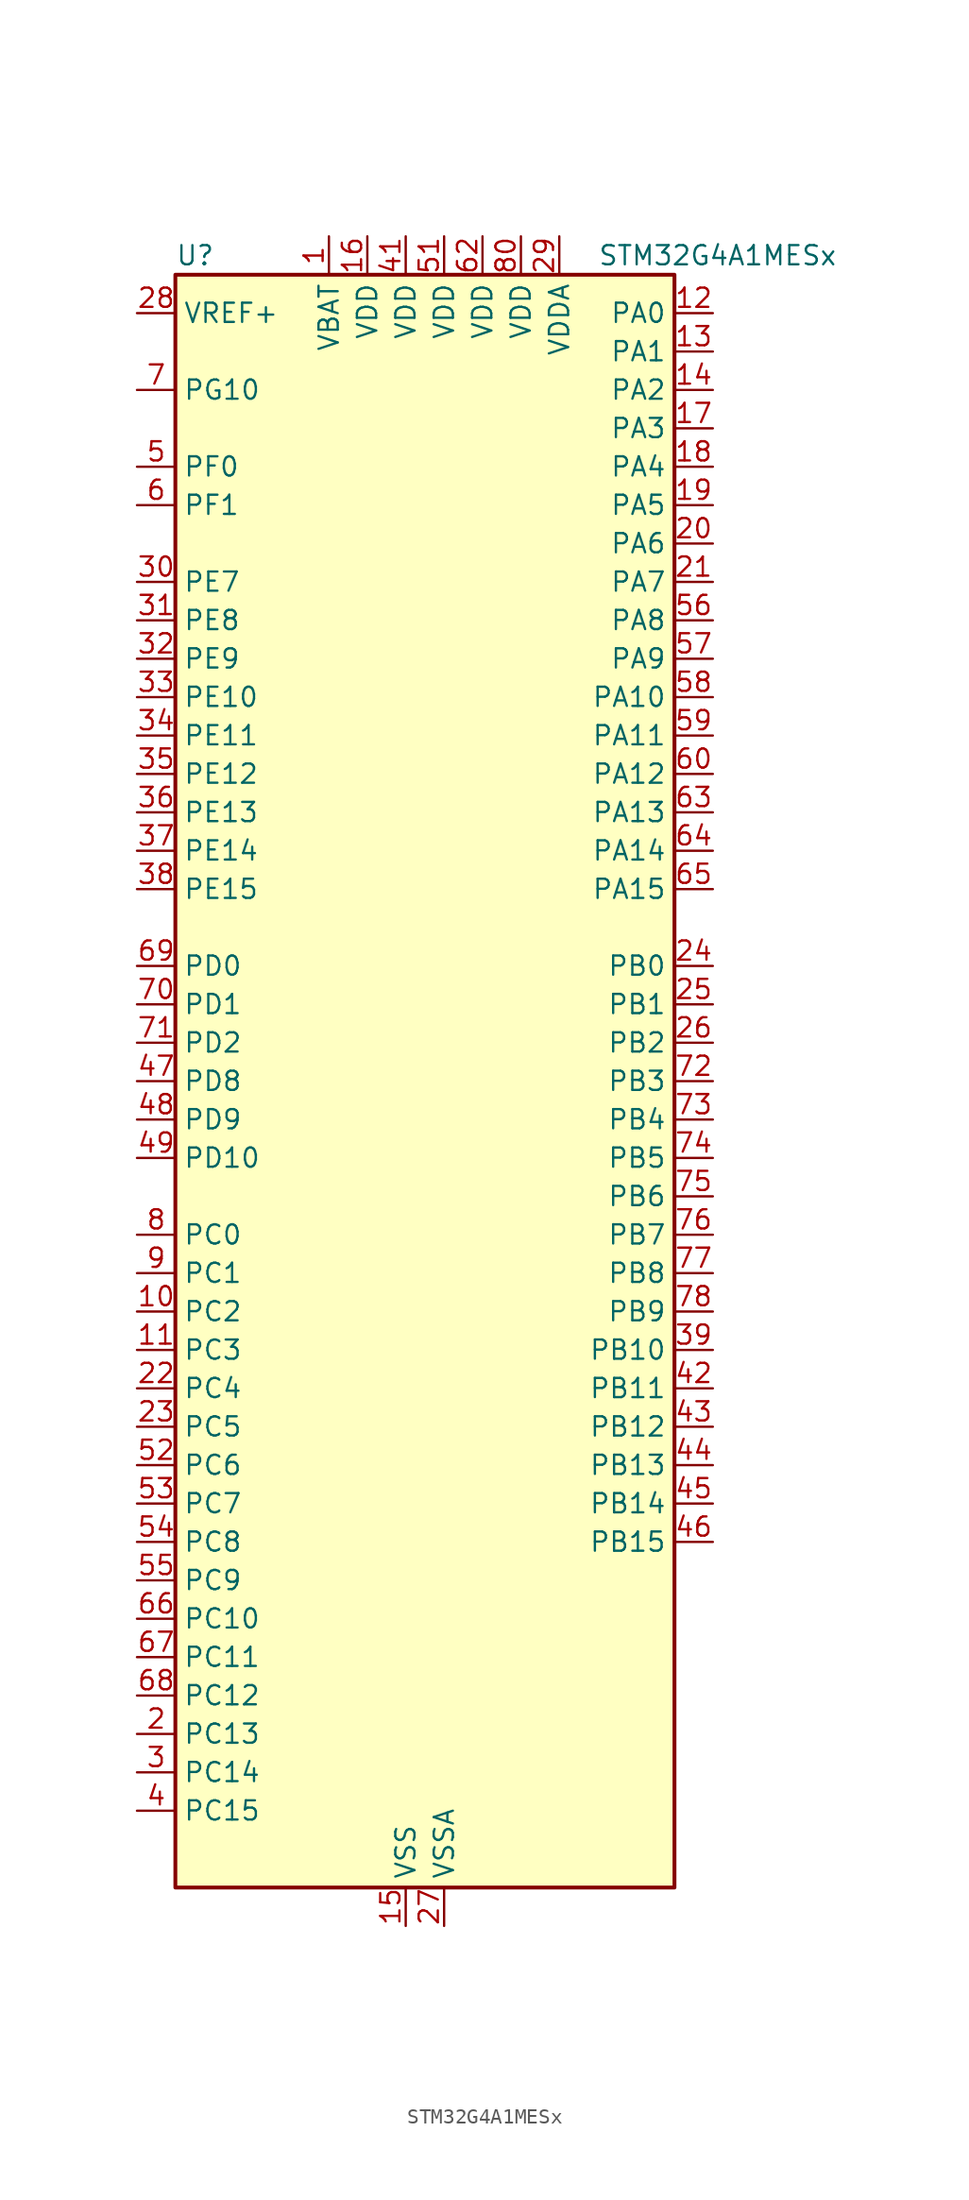
<source format=kicad_sym>
(kicad_symbol_lib
  (version 20231120)
  (generator "kicad_symbol_editor")
  (generator_version "8.0")
  (symbol "STM32G4A1MESx"
    (property "Reference" "U"
      (at -15.24 54.61 0)
      (effects (font (size 1.27 1.27)) (justify left)))
    (property "Value" "STM32G4A1MESx"
      (at 12.7 54.61 0)
      (effects (font (size 1.27 1.27)) (justify left)))
    (property "ki_locked" ""
      (at 0 0 0)
      (effects (font (size 1.27 1.27))))
    (symbol "STM32G4A1MESx_0_1"
      (rectangle (start -15.24 -53.34) (end 17.78 53.34) (stroke (width 0.254) (type default)) (fill (type background))))
    (symbol "STM32G4A1MESx_1_1"
      (pin power_in line (at -5.08 55.88 270) (length 2.54) (name "VBAT" (effects (font (size 1.27 1.27)))) (number "1" (effects (font (size 1.27 1.27)))))
      (pin bidirectional line (at -17.78 -15.24 0) (length 2.54) (name "PC2" (effects (font (size 1.27 1.27)))) (number "10" (effects (font (size 1.27 1.27)))) (alternate "ADC1_IN8" bidirectional line) (alternate "ADC2_IN8" bidirectional line) (alternate "ADC3_EXTI2" bidirectional line) (alternate "COMP3_OUT" bidirectional line) (alternate "LPTIM1_IN2" bidirectional line) (alternate "QUADSPI1_BK2_IO1" bidirectional line) (alternate "TIM1_CH3" bidirectional line) (alternate "TIM20_CH2" bidirectional line))
      (pin bidirectional line (at -17.78 -17.78 0) (length 2.54) (name "PC3" (effects (font (size 1.27 1.27)))) (number "11" (effects (font (size 1.27 1.27)))) (alternate "ADC1_IN9" bidirectional line) (alternate "ADC2_IN9" bidirectional line) (alternate "ADC3_EXTI3" bidirectional line) (alternate "LPTIM1_ETR" bidirectional line) (alternate "QUADSPI1_BK2_IO2" bidirectional line) (alternate "SAI1_D1" bidirectional line) (alternate "SAI1_SD_A" bidirectional line) (alternate "TIM1_BKIN2" bidirectional line) (alternate "TIM1_CH4" bidirectional line))
      (pin bidirectional line (at 20.32 50.8 180) (length 2.54) (name "PA0" (effects (font (size 1.27 1.27)))) (number "12" (effects (font (size 1.27 1.27)))) (alternate "ADC1_IN1" bidirectional line) (alternate "ADC2_IN1" bidirectional line) (alternate "COMP1_INM" bidirectional line) (alternate "COMP1_OUT" bidirectional line) (alternate "COMP3_INP" bidirectional line) (alternate "RTC_TAMP2" bidirectional line) (alternate "SYS_WKUP1" bidirectional line) (alternate "TIM2_CH1" bidirectional line) (alternate "TIM2_ETR" bidirectional line) (alternate "TIM8_BKIN" bidirectional line) (alternate "TIM8_ETR" bidirectional line) (alternate "USART2_CTS" bidirectional line) (alternate "USART2_NSS" bidirectional line))
      (pin bidirectional line (at 20.32 48.26 180) (length 2.54) (name "PA1" (effects (font (size 1.27 1.27)))) (number "13" (effects (font (size 1.27 1.27)))) (alternate "ADC1_IN2" bidirectional line) (alternate "ADC2_IN2" bidirectional line) (alternate "COMP1_INP" bidirectional line) (alternate "OPAMP1_VINP" bidirectional line) (alternate "OPAMP1_VINP_SEC" bidirectional line) (alternate "OPAMP3_VINP" bidirectional line) (alternate "OPAMP3_VINP_SEC" bidirectional line) (alternate "OPAMP6_VINM" bidirectional line) (alternate "OPAMP6_VINM0" bidirectional line) (alternate "OPAMP6_VINM_SEC" bidirectional line) (alternate "RTC_REFIN" bidirectional line) (alternate "TIM15_CH1N" bidirectional line) (alternate "TIM2_CH2" bidirectional line) (alternate "USART2_DE" bidirectional line) (alternate "USART2_RTS" bidirectional line))
      (pin bidirectional line (at 20.32 45.72 180) (length 2.54) (name "PA2" (effects (font (size 1.27 1.27)))) (number "14" (effects (font (size 1.27 1.27)))) (alternate "ADC1_IN3" bidirectional line) (alternate "ADC3_EXTI2" bidirectional line) (alternate "COMP2_INM" bidirectional line) (alternate "COMP2_OUT" bidirectional line) (alternate "LPUART1_TX" bidirectional line) (alternate "OPAMP1_VOUT" bidirectional line) (alternate "QUADSPI1_BK1_NCS" bidirectional line) (alternate "RCC_LSCO" bidirectional line) (alternate "SYS_WKUP4" bidirectional line) (alternate "TIM15_CH1" bidirectional line) (alternate "TIM2_CH3" bidirectional line) (alternate "UCPD1_FRSTX1" bidirectional line) (alternate "UCPD1_FRSTX2" bidirectional line) (alternate "USART2_TX" bidirectional line))
      (pin power_in line (at 0 -55.88 90) (length 2.54) (name "VSS" (effects (font (size 1.27 1.27)))) (number "15" (effects (font (size 1.27 1.27)))))
      (pin power_in line (at -2.54 55.88 270) (length 2.54) (name "VDD" (effects (font (size 1.27 1.27)))) (number "16" (effects (font (size 1.27 1.27)))))
      (pin bidirectional line (at 20.32 43.18 180) (length 2.54) (name "PA3" (effects (font (size 1.27 1.27)))) (number "17" (effects (font (size 1.27 1.27)))) (alternate "ADC1_IN4" bidirectional line) (alternate "ADC3_EXTI3" bidirectional line) (alternate "COMP2_INP" bidirectional line) (alternate "LPUART1_RX" bidirectional line) (alternate "OPAMP1_VINM" bidirectional line) (alternate "OPAMP1_VINM0" bidirectional line) (alternate "OPAMP1_VINM_SEC" bidirectional line) (alternate "OPAMP1_VINP" bidirectional line) (alternate "OPAMP1_VINP_SEC" bidirectional line) (alternate "QUADSPI1_CLK" bidirectional line) (alternate "SAI1_CK1" bidirectional line) (alternate "SAI1_MCLK_A" bidirectional line) (alternate "TIM15_CH2" bidirectional line) (alternate "TIM2_CH4" bidirectional line) (alternate "USART2_RX" bidirectional line))
      (pin bidirectional line (at 20.32 40.64 180) (length 2.54) (name "PA4" (effects (font (size 1.27 1.27)))) (number "18" (effects (font (size 1.27 1.27)))) (alternate "ADC2_IN17" bidirectional line) (alternate "COMP1_INM" bidirectional line) (alternate "DAC1_OUT1" bidirectional line) (alternate "I2S3_WS" bidirectional line) (alternate "SAI1_FS_B" bidirectional line) (alternate "SPI1_NSS" bidirectional line) (alternate "SPI3_NSS" bidirectional line) (alternate "TIM3_CH2" bidirectional line) (alternate "USART2_CK" bidirectional line))
      (pin bidirectional line (at 20.32 38.1 180) (length 2.54) (name "PA5" (effects (font (size 1.27 1.27)))) (number "19" (effects (font (size 1.27 1.27)))) (alternate "ADC2_IN13" bidirectional line) (alternate "COMP2_INM" bidirectional line) (alternate "DAC1_OUT2" bidirectional line) (alternate "OPAMP2_VINM" bidirectional line) (alternate "OPAMP2_VINM0" bidirectional line) (alternate "OPAMP2_VINM_SEC" bidirectional line) (alternate "SPI1_SCK" bidirectional line) (alternate "TIM2_CH1" bidirectional line) (alternate "TIM2_ETR" bidirectional line) (alternate "UCPD1_FRSTX1" bidirectional line) (alternate "UCPD1_FRSTX2" bidirectional line))
      (pin bidirectional line (at -17.78 -43.18 0) (length 2.54) (name "PC13" (effects (font (size 1.27 1.27)))) (number "2" (effects (font (size 1.27 1.27)))) (alternate "RTC_OUT1" bidirectional line) (alternate "RTC_TAMP1" bidirectional line) (alternate "RTC_TS" bidirectional line) (alternate "SYS_WKUP2" bidirectional line) (alternate "TIM1_BKIN" bidirectional line) (alternate "TIM1_CH1N" bidirectional line) (alternate "TIM8_CH4N" bidirectional line))
      (pin bidirectional line (at 20.32 35.56 180) (length 2.54) (name "PA6" (effects (font (size 1.27 1.27)))) (number "20" (effects (font (size 1.27 1.27)))) (alternate "ADC2_IN3" bidirectional line) (alternate "COMP1_OUT" bidirectional line) (alternate "LPUART1_CTS" bidirectional line) (alternate "OPAMP2_VOUT" bidirectional line) (alternate "QUADSPI1_BK1_IO3" bidirectional line) (alternate "SPI1_MISO" bidirectional line) (alternate "TIM16_CH1" bidirectional line) (alternate "TIM1_BKIN" bidirectional line) (alternate "TIM3_CH1" bidirectional line) (alternate "TIM8_BKIN" bidirectional line))
      (pin bidirectional line (at 20.32 33.02 180) (length 2.54) (name "PA7" (effects (font (size 1.27 1.27)))) (number "21" (effects (font (size 1.27 1.27)))) (alternate "ADC2_IN4" bidirectional line) (alternate "COMP2_INP" bidirectional line) (alternate "COMP2_OUT" bidirectional line) (alternate "OPAMP1_VINP" bidirectional line) (alternate "OPAMP1_VINP_SEC" bidirectional line) (alternate "OPAMP2_VINP" bidirectional line) (alternate "OPAMP2_VINP_SEC" bidirectional line) (alternate "QUADSPI1_BK1_IO2" bidirectional line) (alternate "SPI1_MOSI" bidirectional line) (alternate "TIM17_CH1" bidirectional line) (alternate "TIM1_CH1N" bidirectional line) (alternate "TIM3_CH2" bidirectional line) (alternate "TIM8_CH1N" bidirectional line) (alternate "UCPD1_FRSTX1" bidirectional line) (alternate "UCPD1_FRSTX2" bidirectional line))
      (pin bidirectional line (at -17.78 -20.32 0) (length 2.54) (name "PC4" (effects (font (size 1.27 1.27)))) (number "22" (effects (font (size 1.27 1.27)))) (alternate "ADC2_IN5" bidirectional line) (alternate "I2C2_SCL" bidirectional line) (alternate "QUADSPI1_BK2_IO3" bidirectional line) (alternate "TIM1_ETR" bidirectional line) (alternate "USART1_TX" bidirectional line))
      (pin bidirectional line (at -17.78 -22.86 0) (length 2.54) (name "PC5" (effects (font (size 1.27 1.27)))) (number "23" (effects (font (size 1.27 1.27)))) (alternate "ADC2_IN11" bidirectional line) (alternate "OPAMP1_VINM" bidirectional line) (alternate "OPAMP1_VINM1" bidirectional line) (alternate "OPAMP1_VINM_SEC" bidirectional line) (alternate "OPAMP2_VINM" bidirectional line) (alternate "OPAMP2_VINM1" bidirectional line) (alternate "OPAMP2_VINM_SEC" bidirectional line) (alternate "SAI1_D3" bidirectional line) (alternate "SYS_WKUP5" bidirectional line) (alternate "TIM15_BKIN" bidirectional line) (alternate "TIM1_CH4N" bidirectional line) (alternate "USART1_RX" bidirectional line))
      (pin bidirectional line (at 20.32 7.62 180) (length 2.54) (name "PB0" (effects (font (size 1.27 1.27)))) (number "24" (effects (font (size 1.27 1.27)))) (alternate "ADC1_IN15" bidirectional line) (alternate "ADC3_IN12" bidirectional line) (alternate "COMP4_INP" bidirectional line) (alternate "OPAMP2_VINP" bidirectional line) (alternate "OPAMP2_VINP_SEC" bidirectional line) (alternate "OPAMP3_VINP" bidirectional line) (alternate "OPAMP3_VINP_SEC" bidirectional line) (alternate "QUADSPI1_BK1_IO1" bidirectional line) (alternate "TIM1_CH2N" bidirectional line) (alternate "TIM3_CH3" bidirectional line) (alternate "TIM8_CH2N" bidirectional line) (alternate "UCPD1_FRSTX1" bidirectional line) (alternate "UCPD1_FRSTX2" bidirectional line))
      (pin bidirectional line (at 20.32 5.08 180) (length 2.54) (name "PB1" (effects (font (size 1.27 1.27)))) (number "25" (effects (font (size 1.27 1.27)))) (alternate "ADC1_IN12" bidirectional line) (alternate "ADC3_IN1" bidirectional line) (alternate "COMP1_INP" bidirectional line) (alternate "COMP4_OUT" bidirectional line) (alternate "LPUART1_DE" bidirectional line) (alternate "LPUART1_RTS" bidirectional line) (alternate "OPAMP3_VOUT" bidirectional line) (alternate "OPAMP6_VINM" bidirectional line) (alternate "OPAMP6_VINM1" bidirectional line) (alternate "OPAMP6_VINM_SEC" bidirectional line) (alternate "QUADSPI1_BK1_IO0" bidirectional line) (alternate "TIM1_CH3N" bidirectional line) (alternate "TIM3_CH4" bidirectional line) (alternate "TIM8_CH3N" bidirectional line))
      (pin bidirectional line (at 20.32 2.54 180) (length 2.54) (name "PB2" (effects (font (size 1.27 1.27)))) (number "26" (effects (font (size 1.27 1.27)))) (alternate "ADC2_IN12" bidirectional line) (alternate "ADC3_EXTI2" bidirectional line) (alternate "COMP4_INM" bidirectional line) (alternate "I2C3_SMBA" bidirectional line) (alternate "LPTIM1_OUT" bidirectional line) (alternate "OPAMP3_VINM" bidirectional line) (alternate "OPAMP3_VINM0" bidirectional line) (alternate "OPAMP3_VINM_SEC" bidirectional line) (alternate "QUADSPI1_BK2_IO1" bidirectional line) (alternate "RTC_OUT2" bidirectional line) (alternate "TIM20_CH1" bidirectional line))
      (pin power_in line (at 2.54 -55.88 90) (length 2.54) (name "VSSA" (effects (font (size 1.27 1.27)))) (number "27" (effects (font (size 1.27 1.27)))))
      (pin input line (at -17.78 50.8 0) (length 2.54) (name "VREF+" (effects (font (size 1.27 1.27)))) (number "28" (effects (font (size 1.27 1.27)))) (alternate "VREFBUF_OUT" bidirectional line))
      (pin power_in line (at 10.16 55.88 270) (length 2.54) (name "VDDA" (effects (font (size 1.27 1.27)))) (number "29" (effects (font (size 1.27 1.27)))))
      (pin bidirectional line (at -17.78 -45.72 0) (length 2.54) (name "PC14" (effects (font (size 1.27 1.27)))) (number "3" (effects (font (size 1.27 1.27)))) (alternate "RCC_OSC32_IN" bidirectional line))
      (pin bidirectional line (at -17.78 33.02 0) (length 2.54) (name "PE7" (effects (font (size 1.27 1.27)))) (number "30" (effects (font (size 1.27 1.27)))) (alternate "ADC3_IN4" bidirectional line) (alternate "COMP4_INP" bidirectional line) (alternate "SAI1_SD_B" bidirectional line) (alternate "TIM1_ETR" bidirectional line))
      (pin bidirectional line (at -17.78 30.48 0) (length 2.54) (name "PE8" (effects (font (size 1.27 1.27)))) (number "31" (effects (font (size 1.27 1.27)))) (alternate "ADC3_IN6" bidirectional line) (alternate "COMP4_INM" bidirectional line) (alternate "SAI1_SCK_B" bidirectional line) (alternate "TIM1_CH1N" bidirectional line))
      (pin bidirectional line (at -17.78 27.94 0) (length 2.54) (name "PE9" (effects (font (size 1.27 1.27)))) (number "32" (effects (font (size 1.27 1.27)))) (alternate "ADC3_IN2" bidirectional line) (alternate "DAC1_EXTI9" bidirectional line) (alternate "DAC3_EXTI9" bidirectional line) (alternate "SAI1_FS_B" bidirectional line) (alternate "TIM1_CH1" bidirectional line))
      (pin bidirectional line (at -17.78 25.4 0) (length 2.54) (name "PE10" (effects (font (size 1.27 1.27)))) (number "33" (effects (font (size 1.27 1.27)))) (alternate "ADC3_IN14" bidirectional line) (alternate "DAC1_EXTI10" bidirectional line) (alternate "DAC3_EXTI10" bidirectional line) (alternate "QUADSPI1_CLK" bidirectional line) (alternate "SAI1_MCLK_B" bidirectional line) (alternate "TIM1_CH2N" bidirectional line))
      (pin bidirectional line (at -17.78 22.86 0) (length 2.54) (name "PE11" (effects (font (size 1.27 1.27)))) (number "34" (effects (font (size 1.27 1.27)))) (alternate "ADC1_EXTI11" bidirectional line) (alternate "ADC2_EXTI11" bidirectional line) (alternate "ADC3_IN15" bidirectional line) (alternate "QUADSPI1_BK1_NCS" bidirectional line) (alternate "TIM1_CH2" bidirectional line))
      (pin bidirectional line (at -17.78 20.32 0) (length 2.54) (name "PE12" (effects (font (size 1.27 1.27)))) (number "35" (effects (font (size 1.27 1.27)))) (alternate "ADC3_IN16" bidirectional line) (alternate "QUADSPI1_BK1_IO0" bidirectional line) (alternate "TIM1_CH3N" bidirectional line))
      (pin bidirectional line (at -17.78 17.78 0) (length 2.54) (name "PE13" (effects (font (size 1.27 1.27)))) (number "36" (effects (font (size 1.27 1.27)))) (alternate "ADC3_IN3" bidirectional line) (alternate "QUADSPI1_BK1_IO1" bidirectional line) (alternate "TIM1_CH3" bidirectional line))
      (pin bidirectional line (at -17.78 15.24 0) (length 2.54) (name "PE14" (effects (font (size 1.27 1.27)))) (number "37" (effects (font (size 1.27 1.27)))) (alternate "QUADSPI1_BK1_IO2" bidirectional line) (alternate "TIM1_BKIN2" bidirectional line) (alternate "TIM1_CH4" bidirectional line))
      (pin bidirectional line (at -17.78 12.7 0) (length 2.54) (name "PE15" (effects (font (size 1.27 1.27)))) (number "38" (effects (font (size 1.27 1.27)))) (alternate "ADC1_EXTI15" bidirectional line) (alternate "ADC2_EXTI15" bidirectional line) (alternate "QUADSPI1_BK1_IO3" bidirectional line) (alternate "TIM1_BKIN" bidirectional line) (alternate "TIM1_CH4N" bidirectional line) (alternate "USART3_RX" bidirectional line))
      (pin bidirectional line (at 20.32 -17.78 180) (length 2.54) (name "PB10" (effects (font (size 1.27 1.27)))) (number "39" (effects (font (size 1.27 1.27)))) (alternate "DAC1_EXTI10" bidirectional line) (alternate "DAC3_EXTI10" bidirectional line) (alternate "LPUART1_RX" bidirectional line) (alternate "OPAMP3_VINM" bidirectional line) (alternate "OPAMP3_VINM1" bidirectional line) (alternate "OPAMP3_VINM_SEC" bidirectional line) (alternate "QUADSPI1_CLK" bidirectional line) (alternate "SAI1_SCK_A" bidirectional line) (alternate "TIM1_BKIN" bidirectional line) (alternate "TIM2_CH3" bidirectional line) (alternate "USART3_TX" bidirectional line))
      (pin bidirectional line (at -17.78 -48.26 0) (length 2.54) (name "PC15" (effects (font (size 1.27 1.27)))) (number "4" (effects (font (size 1.27 1.27)))) (alternate "ADC1_EXTI15" bidirectional line) (alternate "ADC2_EXTI15" bidirectional line) (alternate "RCC_OSC32_OUT" bidirectional line))
      (pin passive line (at 0 -55.88 90) (length 2.54) hide (name "VSS" (effects (font (size 1.27 1.27)))) (number "40" (effects (font (size 1.27 1.27)))))
      (pin power_in line (at 0 55.88 270) (length 2.54) (name "VDD" (effects (font (size 1.27 1.27)))) (number "41" (effects (font (size 1.27 1.27)))))
      (pin bidirectional line (at 20.32 -20.32 180) (length 2.54) (name "PB11" (effects (font (size 1.27 1.27)))) (number "42" (effects (font (size 1.27 1.27)))) (alternate "ADC1_EXTI11" bidirectional line) (alternate "ADC1_IN14" bidirectional line) (alternate "ADC2_EXTI11" bidirectional line) (alternate "ADC2_IN14" bidirectional line) (alternate "LPUART1_TX" bidirectional line) (alternate "OPAMP6_VOUT" bidirectional line) (alternate "QUADSPI1_BK1_NCS" bidirectional line) (alternate "TIM2_CH4" bidirectional line) (alternate "USART3_RX" bidirectional line))
      (pin bidirectional line (at 20.32 -22.86 180) (length 2.54) (name "PB12" (effects (font (size 1.27 1.27)))) (number "43" (effects (font (size 1.27 1.27)))) (alternate "ADC1_IN11" bidirectional line) (alternate "FDCAN2_RX" bidirectional line) (alternate "I2C2_SMBA" bidirectional line) (alternate "I2S2_WS" bidirectional line) (alternate "LPUART1_DE" bidirectional line) (alternate "LPUART1_RTS" bidirectional line) (alternate "OPAMP6_VINP" bidirectional line) (alternate "OPAMP6_VINP_SEC" bidirectional line) (alternate "SPI2_NSS" bidirectional line) (alternate "TIM1_BKIN" bidirectional line) (alternate "USART3_CK" bidirectional line))
      (pin bidirectional line (at 20.32 -25.4 180) (length 2.54) (name "PB13" (effects (font (size 1.27 1.27)))) (number "44" (effects (font (size 1.27 1.27)))) (alternate "ADC3_IN5" bidirectional line) (alternate "FDCAN2_TX" bidirectional line) (alternate "I2S2_CK" bidirectional line) (alternate "LPUART1_CTS" bidirectional line) (alternate "OPAMP3_VINP" bidirectional line) (alternate "OPAMP3_VINP_SEC" bidirectional line) (alternate "OPAMP6_VINP" bidirectional line) (alternate "OPAMP6_VINP_SEC" bidirectional line) (alternate "SPI2_SCK" bidirectional line) (alternate "TIM1_CH1N" bidirectional line) (alternate "USART3_CTS" bidirectional line) (alternate "USART3_NSS" bidirectional line))
      (pin bidirectional line (at 20.32 -27.94 180) (length 2.54) (name "PB14" (effects (font (size 1.27 1.27)))) (number "45" (effects (font (size 1.27 1.27)))) (alternate "ADC1_IN5" bidirectional line) (alternate "COMP4_OUT" bidirectional line) (alternate "OPAMP2_VINP" bidirectional line) (alternate "OPAMP2_VINP_SEC" bidirectional line) (alternate "SPI2_MISO" bidirectional line) (alternate "TIM15_CH1" bidirectional line) (alternate "TIM1_CH2N" bidirectional line) (alternate "USART3_DE" bidirectional line) (alternate "USART3_RTS" bidirectional line))
      (pin bidirectional line (at 20.32 -30.48 180) (length 2.54) (name "PB15" (effects (font (size 1.27 1.27)))) (number "46" (effects (font (size 1.27 1.27)))) (alternate "ADC1_EXTI15" bidirectional line) (alternate "ADC2_EXTI15" bidirectional line) (alternate "ADC2_IN15" bidirectional line) (alternate "COMP3_OUT" bidirectional line) (alternate "I2S2_SD" bidirectional line) (alternate "RTC_REFIN" bidirectional line) (alternate "SPI2_MOSI" bidirectional line) (alternate "TIM15_CH1N" bidirectional line) (alternate "TIM15_CH2" bidirectional line) (alternate "TIM1_CH3N" bidirectional line))
      (pin bidirectional line (at -17.78 0 0) (length 2.54) (name "PD8" (effects (font (size 1.27 1.27)))) (number "47" (effects (font (size 1.27 1.27)))) (alternate "USART3_TX" bidirectional line))
      (pin bidirectional line (at -17.78 -2.54 0) (length 2.54) (name "PD9" (effects (font (size 1.27 1.27)))) (number "48" (effects (font (size 1.27 1.27)))) (alternate "DAC1_EXTI9" bidirectional line) (alternate "DAC3_EXTI9" bidirectional line) (alternate "OPAMP6_VINP" bidirectional line) (alternate "OPAMP6_VINP_SEC" bidirectional line) (alternate "USART3_RX" bidirectional line))
      (pin bidirectional line (at -17.78 -5.08 0) (length 2.54) (name "PD10" (effects (font (size 1.27 1.27)))) (number "49" (effects (font (size 1.27 1.27)))) (alternate "ADC3_IN7" bidirectional line) (alternate "DAC1_EXTI10" bidirectional line) (alternate "DAC3_EXTI10" bidirectional line) (alternate "USART3_CK" bidirectional line))
      (pin bidirectional line (at -17.78 40.64 0) (length 2.54) (name "PF0" (effects (font (size 1.27 1.27)))) (number "5" (effects (font (size 1.27 1.27)))) (alternate "ADC1_IN10" bidirectional line) (alternate "I2C2_SDA" bidirectional line) (alternate "I2S2_WS" bidirectional line) (alternate "RCC_OSC_IN" bidirectional line) (alternate "SPI2_NSS" bidirectional line) (alternate "TIM1_CH3N" bidirectional line))
      (pin passive line (at 0 -55.88 90) (length 2.54) hide (name "VSS" (effects (font (size 1.27 1.27)))) (number "50" (effects (font (size 1.27 1.27)))))
      (pin power_in line (at 2.54 55.88 270) (length 2.54) (name "VDD" (effects (font (size 1.27 1.27)))) (number "51" (effects (font (size 1.27 1.27)))))
      (pin bidirectional line (at -17.78 -25.4 0) (length 2.54) (name "PC6" (effects (font (size 1.27 1.27)))) (number "52" (effects (font (size 1.27 1.27)))) (alternate "I2S2_MCK" bidirectional line) (alternate "TIM3_CH1" bidirectional line) (alternate "TIM8_CH1" bidirectional line))
      (pin bidirectional line (at -17.78 -27.94 0) (length 2.54) (name "PC7" (effects (font (size 1.27 1.27)))) (number "53" (effects (font (size 1.27 1.27)))) (alternate "I2S3_MCK" bidirectional line) (alternate "TIM3_CH2" bidirectional line) (alternate "TIM8_CH2" bidirectional line))
      (pin bidirectional line (at -17.78 -30.48 0) (length 2.54) (name "PC8" (effects (font (size 1.27 1.27)))) (number "54" (effects (font (size 1.27 1.27)))) (alternate "I2C3_SCL" bidirectional line) (alternate "TIM20_CH3" bidirectional line) (alternate "TIM3_CH3" bidirectional line) (alternate "TIM8_CH3" bidirectional line))
      (pin bidirectional line (at -17.78 -33.02 0) (length 2.54) (name "PC9" (effects (font (size 1.27 1.27)))) (number "55" (effects (font (size 1.27 1.27)))) (alternate "DAC1_EXTI9" bidirectional line) (alternate "DAC3_EXTI9" bidirectional line) (alternate "I2C3_SDA" bidirectional line) (alternate "I2S_CKIN" bidirectional line) (alternate "TIM3_CH4" bidirectional line) (alternate "TIM8_BKIN2" bidirectional line) (alternate "TIM8_CH4" bidirectional line))
      (pin bidirectional line (at 20.32 30.48 180) (length 2.54) (name "PA8" (effects (font (size 1.27 1.27)))) (number "56" (effects (font (size 1.27 1.27)))) (alternate "I2C2_SDA" bidirectional line) (alternate "I2C3_SCL" bidirectional line) (alternate "I2S2_MCK" bidirectional line) (alternate "RCC_MCO" bidirectional line) (alternate "SAI1_CK2" bidirectional line) (alternate "SAI1_SCK_A" bidirectional line) (alternate "TIM1_CH1" bidirectional line) (alternate "TIM4_ETR" bidirectional line) (alternate "USART1_CK" bidirectional line))
      (pin bidirectional line (at 20.32 27.94 180) (length 2.54) (name "PA9" (effects (font (size 1.27 1.27)))) (number "57" (effects (font (size 1.27 1.27)))) (alternate "DAC1_EXTI9" bidirectional line) (alternate "DAC3_EXTI9" bidirectional line) (alternate "I2C2_SCL" bidirectional line) (alternate "I2C3_SMBA" bidirectional line) (alternate "I2S3_MCK" bidirectional line) (alternate "SAI1_FS_A" bidirectional line) (alternate "TIM15_BKIN" bidirectional line) (alternate "TIM1_CH2" bidirectional line) (alternate "TIM2_CH3" bidirectional line) (alternate "UCPD1_DBCC1" bidirectional line) (alternate "USART1_TX" bidirectional line))
      (pin bidirectional line (at 20.32 25.4 180) (length 2.54) (name "PA10" (effects (font (size 1.27 1.27)))) (number "58" (effects (font (size 1.27 1.27)))) (alternate "CRS_SYNC" bidirectional line) (alternate "DAC1_EXTI10" bidirectional line) (alternate "DAC3_EXTI10" bidirectional line) (alternate "I2C2_SMBA" bidirectional line) (alternate "SAI1_D1" bidirectional line) (alternate "SAI1_SD_A" bidirectional line) (alternate "SPI2_MISO" bidirectional line) (alternate "TIM17_BKIN" bidirectional line) (alternate "TIM1_CH3" bidirectional line) (alternate "TIM2_CH4" bidirectional line) (alternate "TIM8_BKIN" bidirectional line) (alternate "UCPD1_DBCC2" bidirectional line) (alternate "USART1_RX" bidirectional line))
      (pin bidirectional line (at 20.32 22.86 180) (length 2.54) (name "PA11" (effects (font (size 1.27 1.27)))) (number "59" (effects (font (size 1.27 1.27)))) (alternate "ADC1_EXTI11" bidirectional line) (alternate "ADC2_EXTI11" bidirectional line) (alternate "COMP1_OUT" bidirectional line) (alternate "FDCAN1_RX" bidirectional line) (alternate "I2S2_SD" bidirectional line) (alternate "SPI2_MOSI" bidirectional line) (alternate "TIM1_BKIN2" bidirectional line) (alternate "TIM1_CH1N" bidirectional line) (alternate "TIM1_CH4" bidirectional line) (alternate "TIM4_CH1" bidirectional line) (alternate "USART1_CTS" bidirectional line) (alternate "USART1_NSS" bidirectional line) (alternate "USB_DM" bidirectional line))
      (pin bidirectional line (at -17.78 38.1 0) (length 2.54) (name "PF1" (effects (font (size 1.27 1.27)))) (number "6" (effects (font (size 1.27 1.27)))) (alternate "ADC2_IN10" bidirectional line) (alternate "COMP3_INM" bidirectional line) (alternate "I2S2_CK" bidirectional line) (alternate "RCC_OSC_OUT" bidirectional line) (alternate "SPI2_SCK" bidirectional line))
      (pin bidirectional line (at 20.32 20.32 180) (length 2.54) (name "PA12" (effects (font (size 1.27 1.27)))) (number "60" (effects (font (size 1.27 1.27)))) (alternate "COMP2_OUT" bidirectional line) (alternate "FDCAN1_TX" bidirectional line) (alternate "I2S_CKIN" bidirectional line) (alternate "TIM16_CH1" bidirectional line) (alternate "TIM1_CH2N" bidirectional line) (alternate "TIM1_ETR" bidirectional line) (alternate "TIM4_CH2" bidirectional line) (alternate "USART1_DE" bidirectional line) (alternate "USART1_RTS" bidirectional line) (alternate "USB_DP" bidirectional line))
      (pin passive line (at 0 -55.88 90) (length 2.54) hide (name "VSS" (effects (font (size 1.27 1.27)))) (number "61" (effects (font (size 1.27 1.27)))))
      (pin power_in line (at 5.08 55.88 270) (length 2.54) (name "VDD" (effects (font (size 1.27 1.27)))) (number "62" (effects (font (size 1.27 1.27)))))
      (pin bidirectional line (at 20.32 17.78 180) (length 2.54) (name "PA13" (effects (font (size 1.27 1.27)))) (number "63" (effects (font (size 1.27 1.27)))) (alternate "I2C1_SCL" bidirectional line) (alternate "IR_OUT" bidirectional line) (alternate "SAI1_SD_B" bidirectional line) (alternate "SYS_JTMS-SWDIO" bidirectional line) (alternate "TIM16_CH1N" bidirectional line) (alternate "TIM4_CH3" bidirectional line) (alternate "USART3_CTS" bidirectional line) (alternate "USART3_NSS" bidirectional line))
      (pin bidirectional line (at 20.32 15.24 180) (length 2.54) (name "PA14" (effects (font (size 1.27 1.27)))) (number "64" (effects (font (size 1.27 1.27)))) (alternate "I2C1_SDA" bidirectional line) (alternate "LPTIM1_OUT" bidirectional line) (alternate "SAI1_FS_B" bidirectional line) (alternate "SYS_JTCK-SWCLK" bidirectional line) (alternate "TIM1_BKIN" bidirectional line) (alternate "TIM8_CH2" bidirectional line) (alternate "USART2_TX" bidirectional line))
      (pin bidirectional line (at 20.32 12.7 180) (length 2.54) (name "PA15" (effects (font (size 1.27 1.27)))) (number "65" (effects (font (size 1.27 1.27)))) (alternate "ADC1_EXTI15" bidirectional line) (alternate "ADC2_EXTI15" bidirectional line) (alternate "I2C1_SCL" bidirectional line) (alternate "I2S3_WS" bidirectional line) (alternate "SPI1_NSS" bidirectional line) (alternate "SPI3_NSS" bidirectional line) (alternate "SYS_JTDI" bidirectional line) (alternate "TIM1_BKIN" bidirectional line) (alternate "TIM20_ETR" bidirectional line) (alternate "TIM2_CH1" bidirectional line) (alternate "TIM2_ETR" bidirectional line) (alternate "TIM8_CH1" bidirectional line) (alternate "UART4_DE" bidirectional line) (alternate "UART4_RTS" bidirectional line) (alternate "USART2_RX" bidirectional line))
      (pin bidirectional line (at -17.78 -35.56 0) (length 2.54) (name "PC10" (effects (font (size 1.27 1.27)))) (number "66" (effects (font (size 1.27 1.27)))) (alternate "DAC1_EXTI10" bidirectional line) (alternate "DAC3_EXTI10" bidirectional line) (alternate "I2S3_CK" bidirectional line) (alternate "SPI3_SCK" bidirectional line) (alternate "TIM8_CH1N" bidirectional line) (alternate "UART4_TX" bidirectional line) (alternate "USART3_TX" bidirectional line))
      (pin bidirectional line (at -17.78 -38.1 0) (length 2.54) (name "PC11" (effects (font (size 1.27 1.27)))) (number "67" (effects (font (size 1.27 1.27)))) (alternate "ADC1_EXTI11" bidirectional line) (alternate "ADC2_EXTI11" bidirectional line) (alternate "I2C3_SDA" bidirectional line) (alternate "SPI3_MISO" bidirectional line) (alternate "TIM8_CH2N" bidirectional line) (alternate "UART4_RX" bidirectional line) (alternate "USART3_RX" bidirectional line))
      (pin bidirectional line (at -17.78 -40.64 0) (length 2.54) (name "PC12" (effects (font (size 1.27 1.27)))) (number "68" (effects (font (size 1.27 1.27)))) (alternate "I2S3_SD" bidirectional line) (alternate "SPI3_MOSI" bidirectional line) (alternate "TIM8_CH3N" bidirectional line) (alternate "UART5_TX" bidirectional line) (alternate "UCPD1_FRSTX1" bidirectional line) (alternate "UCPD1_FRSTX2" bidirectional line) (alternate "USART3_CK" bidirectional line))
      (pin bidirectional line (at -17.78 7.62 0) (length 2.54) (name "PD0" (effects (font (size 1.27 1.27)))) (number "69" (effects (font (size 1.27 1.27)))) (alternate "FDCAN1_RX" bidirectional line) (alternate "TIM8_CH4N" bidirectional line))
      (pin bidirectional line (at -17.78 45.72 0) (length 2.54) (name "PG10" (effects (font (size 1.27 1.27)))) (number "7" (effects (font (size 1.27 1.27)))) (alternate "DAC1_EXTI10" bidirectional line) (alternate "DAC3_EXTI10" bidirectional line) (alternate "RCC_MCO" bidirectional line))
      (pin bidirectional line (at -17.78 5.08 0) (length 2.54) (name "PD1" (effects (font (size 1.27 1.27)))) (number "70" (effects (font (size 1.27 1.27)))) (alternate "FDCAN1_TX" bidirectional line) (alternate "TIM8_BKIN2" bidirectional line) (alternate "TIM8_CH4" bidirectional line))
      (pin bidirectional line (at -17.78 2.54 0) (length 2.54) (name "PD2" (effects (font (size 1.27 1.27)))) (number "71" (effects (font (size 1.27 1.27)))) (alternate "ADC3_EXTI2" bidirectional line) (alternate "TIM3_ETR" bidirectional line) (alternate "TIM8_BKIN" bidirectional line) (alternate "UART5_RX" bidirectional line))
      (pin bidirectional line (at 20.32 0 180) (length 2.54) (name "PB3" (effects (font (size 1.27 1.27)))) (number "72" (effects (font (size 1.27 1.27)))) (alternate "ADC3_EXTI3" bidirectional line) (alternate "CRS_SYNC" bidirectional line) (alternate "I2S3_CK" bidirectional line) (alternate "SAI1_SCK_B" bidirectional line) (alternate "SPI1_SCK" bidirectional line) (alternate "SPI3_SCK" bidirectional line) (alternate "SYS_JTDO-SWO" bidirectional line) (alternate "TIM2_CH2" bidirectional line) (alternate "TIM3_ETR" bidirectional line) (alternate "TIM4_ETR" bidirectional line) (alternate "TIM8_CH1N" bidirectional line) (alternate "USART2_TX" bidirectional line))
      (pin bidirectional line (at 20.32 -2.54 180) (length 2.54) (name "PB4" (effects (font (size 1.27 1.27)))) (number "73" (effects (font (size 1.27 1.27)))) (alternate "SAI1_MCLK_B" bidirectional line) (alternate "SPI1_MISO" bidirectional line) (alternate "SPI3_MISO" bidirectional line) (alternate "SYS_JTRST" bidirectional line) (alternate "TIM16_CH1" bidirectional line) (alternate "TIM17_BKIN" bidirectional line) (alternate "TIM3_CH1" bidirectional line) (alternate "TIM8_CH2N" bidirectional line) (alternate "UART5_DE" bidirectional line) (alternate "UART5_RTS" bidirectional line) (alternate "UCPD1_CC2" bidirectional line) (alternate "USART2_RX" bidirectional line))
      (pin bidirectional line (at 20.32 -5.08 180) (length 2.54) (name "PB5" (effects (font (size 1.27 1.27)))) (number "74" (effects (font (size 1.27 1.27)))) (alternate "FDCAN2_RX" bidirectional line) (alternate "I2C1_SMBA" bidirectional line) (alternate "I2C3_SDA" bidirectional line) (alternate "I2S3_SD" bidirectional line) (alternate "LPTIM1_IN1" bidirectional line) (alternate "SAI1_SD_B" bidirectional line) (alternate "SPI1_MOSI" bidirectional line) (alternate "SPI3_MOSI" bidirectional line) (alternate "TIM16_BKIN" bidirectional line) (alternate "TIM17_CH1" bidirectional line) (alternate "TIM3_CH2" bidirectional line) (alternate "TIM8_CH3N" bidirectional line) (alternate "UART5_CTS" bidirectional line) (alternate "USART2_CK" bidirectional line))
      (pin bidirectional line (at 20.32 -7.62 180) (length 2.54) (name "PB6" (effects (font (size 1.27 1.27)))) (number "75" (effects (font (size 1.27 1.27)))) (alternate "COMP4_OUT" bidirectional line) (alternate "FDCAN2_TX" bidirectional line) (alternate "LPTIM1_ETR" bidirectional line) (alternate "SAI1_FS_B" bidirectional line) (alternate "TIM16_CH1N" bidirectional line) (alternate "TIM4_CH1" bidirectional line) (alternate "TIM8_BKIN2" bidirectional line) (alternate "TIM8_CH1" bidirectional line) (alternate "TIM8_ETR" bidirectional line) (alternate "UCPD1_CC1" bidirectional line) (alternate "USART1_TX" bidirectional line))
      (pin bidirectional line (at 20.32 -10.16 180) (length 2.54) (name "PB7" (effects (font (size 1.27 1.27)))) (number "76" (effects (font (size 1.27 1.27)))) (alternate "COMP3_OUT" bidirectional line) (alternate "I2C1_SDA" bidirectional line) (alternate "LPTIM1_IN2" bidirectional line) (alternate "SYS_PVD_IN" bidirectional line) (alternate "TIM17_CH1N" bidirectional line) (alternate "TIM3_CH4" bidirectional line) (alternate "TIM4_CH2" bidirectional line) (alternate "TIM8_BKIN" bidirectional line) (alternate "UART4_CTS" bidirectional line) (alternate "USART1_RX" bidirectional line))
      (pin bidirectional line (at 20.32 -12.7 180) (length 2.54) (name "PB8" (effects (font (size 1.27 1.27)))) (number "77" (effects (font (size 1.27 1.27)))) (alternate "COMP1_OUT" bidirectional line) (alternate "FDCAN1_RX" bidirectional line) (alternate "I2C1_SCL" bidirectional line) (alternate "SAI1_CK1" bidirectional line) (alternate "SAI1_MCLK_A" bidirectional line) (alternate "TIM16_CH1" bidirectional line) (alternate "TIM1_BKIN" bidirectional line) (alternate "TIM4_CH3" bidirectional line) (alternate "TIM8_CH2" bidirectional line) (alternate "USART3_RX" bidirectional line))
      (pin bidirectional line (at 20.32 -15.24 180) (length 2.54) (name "PB9" (effects (font (size 1.27 1.27)))) (number "78" (effects (font (size 1.27 1.27)))) (alternate "COMP2_OUT" bidirectional line) (alternate "DAC1_EXTI9" bidirectional line) (alternate "DAC3_EXTI9" bidirectional line) (alternate "FDCAN1_TX" bidirectional line) (alternate "I2C1_SDA" bidirectional line) (alternate "IR_OUT" bidirectional line) (alternate "SAI1_D2" bidirectional line) (alternate "SAI1_FS_A" bidirectional line) (alternate "TIM17_CH1" bidirectional line) (alternate "TIM1_CH3N" bidirectional line) (alternate "TIM4_CH4" bidirectional line) (alternate "TIM8_CH3" bidirectional line) (alternate "USART3_TX" bidirectional line))
      (pin passive line (at 0 -55.88 90) (length 2.54) hide (name "VSS" (effects (font (size 1.27 1.27)))) (number "79" (effects (font (size 1.27 1.27)))))
      (pin bidirectional line (at -17.78 -10.16 0) (length 2.54) (name "PC0" (effects (font (size 1.27 1.27)))) (number "8" (effects (font (size 1.27 1.27)))) (alternate "ADC1_IN6" bidirectional line) (alternate "ADC2_IN6" bidirectional line) (alternate "COMP3_INM" bidirectional line) (alternate "LPTIM1_IN1" bidirectional line) (alternate "LPUART1_RX" bidirectional line) (alternate "TIM1_CH1" bidirectional line))
      (pin power_in line (at 7.62 55.88 270) (length 2.54) (name "VDD" (effects (font (size 1.27 1.27)))) (number "80" (effects (font (size 1.27 1.27)))))
      (pin bidirectional line (at -17.78 -12.7 0) (length 2.54) (name "PC1" (effects (font (size 1.27 1.27)))) (number "9" (effects (font (size 1.27 1.27)))) (alternate "ADC1_IN7" bidirectional line) (alternate "ADC2_IN7" bidirectional line) (alternate "COMP3_INP" bidirectional line) (alternate "LPTIM1_OUT" bidirectional line) (alternate "LPUART1_TX" bidirectional line) (alternate "QUADSPI1_BK2_IO0" bidirectional line) (alternate "SAI1_SD_A" bidirectional line) (alternate "TIM1_CH2" bidirectional line)))))
</source>
